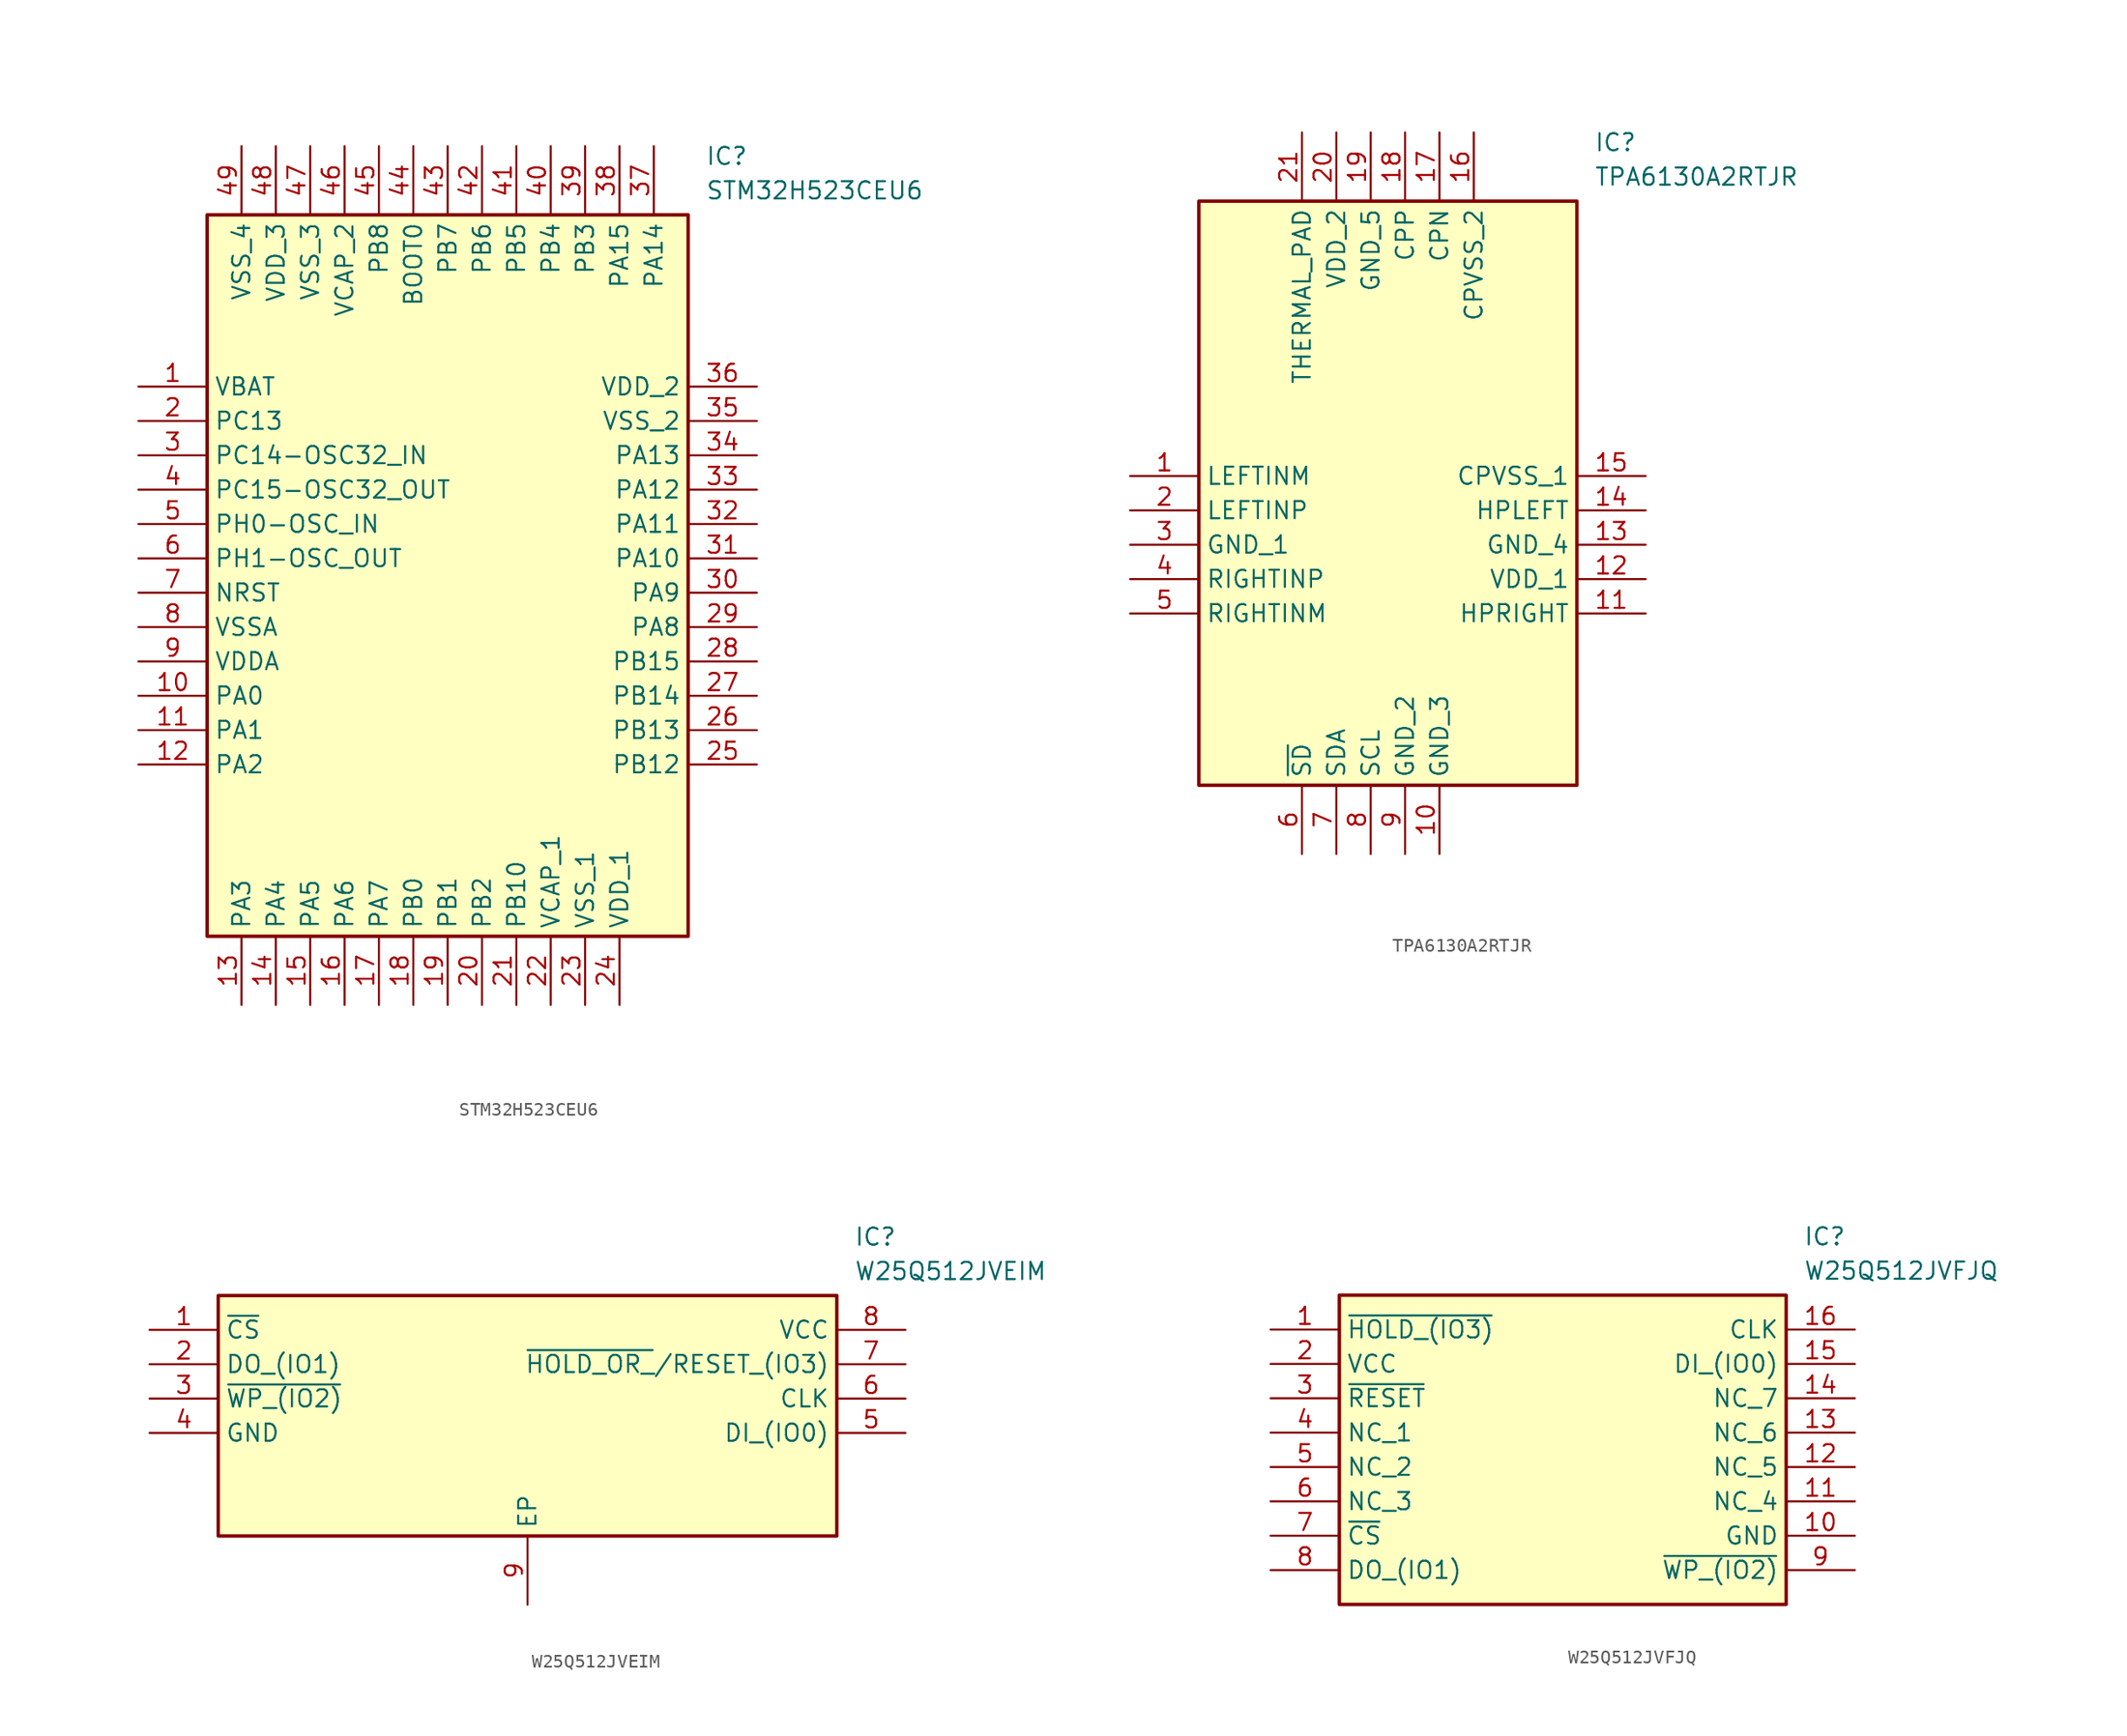
<source format=kicad_sym>
(kicad_symbol_lib
  (version 20220914)
  (generator SamacSys_ECAD_Model)
  (symbol "STM32H523CEU6"
    (property "Reference" "IC"
      (at 41.91 17.78 0)
      (effects (font (size 1.27 1.27)) (justify left top)))
    (property "Value" "STM32H523CEU6"
      (at 41.91 15.24 0)
      (effects (font (size 1.27 1.27)) (justify left top)))
    (rectangle
      (start 5.08 12.7)
      (end 40.64 -40.64)
      (stroke (width 0.254) (type default))
      (fill (type background)))
    (pin passive line
      (at 0 0 0)
      (length 5.08)
      (name "VBAT" (effects (font (size 1.27 1.27))))
      (number "1" (effects (font (size 1.27 1.27)))))
    (pin passive line
      (at 0 -2.54 0)
      (length 5.08)
      (name "PC13" (effects (font (size 1.27 1.27))))
      (number "2" (effects (font (size 1.27 1.27)))))
    (pin passive line
      (at 0 -5.08 0)
      (length 5.08)
      (name "PC14-OSC32_IN" (effects (font (size 1.27 1.27))))
      (number "3" (effects (font (size 1.27 1.27)))))
    (pin passive line
      (at 0 -7.62 0)
      (length 5.08)
      (name "PC15-OSC32_OUT" (effects (font (size 1.27 1.27))))
      (number "4" (effects (font (size 1.27 1.27)))))
    (pin passive line
      (at 0 -10.16 0)
      (length 5.08)
      (name "PH0-OSC_IN" (effects (font (size 1.27 1.27))))
      (number "5" (effects (font (size 1.27 1.27)))))
    (pin passive line
      (at 0 -12.7 0)
      (length 5.08)
      (name "PH1-OSC_OUT" (effects (font (size 1.27 1.27))))
      (number "6" (effects (font (size 1.27 1.27)))))
    (pin passive line
      (at 0 -15.24 0)
      (length 5.08)
      (name "NRST" (effects (font (size 1.27 1.27))))
      (number "7" (effects (font (size 1.27 1.27)))))
    (pin passive line
      (at 0 -17.78 0)
      (length 5.08)
      (name "VSSA" (effects (font (size 1.27 1.27))))
      (number "8" (effects (font (size 1.27 1.27)))))
    (pin passive line
      (at 0 -20.32 0)
      (length 5.08)
      (name "VDDA" (effects (font (size 1.27 1.27))))
      (number "9" (effects (font (size 1.27 1.27)))))
    (pin passive line
      (at 0 -22.86 0)
      (length 5.08)
      (name "PA0" (effects (font (size 1.27 1.27))))
      (number "10" (effects (font (size 1.27 1.27)))))
    (pin passive line
      (at 0 -25.4 0)
      (length 5.08)
      (name "PA1" (effects (font (size 1.27 1.27))))
      (number "11" (effects (font (size 1.27 1.27)))))
    (pin passive line
      (at 0 -27.94 0)
      (length 5.08)
      (name "PA2" (effects (font (size 1.27 1.27))))
      (number "12" (effects (font (size 1.27 1.27)))))
    (pin passive line
      (at 7.62 -45.72 90)
      (length 5.08)
      (name "PA3" (effects (font (size 1.27 1.27))))
      (number "13" (effects (font (size 1.27 1.27)))))
    (pin passive line
      (at 10.16 -45.72 90)
      (length 5.08)
      (name "PA4" (effects (font (size 1.27 1.27))))
      (number "14" (effects (font (size 1.27 1.27)))))
    (pin passive line
      (at 12.7 -45.72 90)
      (length 5.08)
      (name "PA5" (effects (font (size 1.27 1.27))))
      (number "15" (effects (font (size 1.27 1.27)))))
    (pin passive line
      (at 15.24 -45.72 90)
      (length 5.08)
      (name "PA6" (effects (font (size 1.27 1.27))))
      (number "16" (effects (font (size 1.27 1.27)))))
    (pin passive line
      (at 17.78 -45.72 90)
      (length 5.08)
      (name "PA7" (effects (font (size 1.27 1.27))))
      (number "17" (effects (font (size 1.27 1.27)))))
    (pin passive line
      (at 20.32 -45.72 90)
      (length 5.08)
      (name "PB0" (effects (font (size 1.27 1.27))))
      (number "18" (effects (font (size 1.27 1.27)))))
    (pin passive line
      (at 22.86 -45.72 90)
      (length 5.08)
      (name "PB1" (effects (font (size 1.27 1.27))))
      (number "19" (effects (font (size 1.27 1.27)))))
    (pin passive line
      (at 25.4 -45.72 90)
      (length 5.08)
      (name "PB2" (effects (font (size 1.27 1.27))))
      (number "20" (effects (font (size 1.27 1.27)))))
    (pin passive line
      (at 27.94 -45.72 90)
      (length 5.08)
      (name "PB10" (effects (font (size 1.27 1.27))))
      (number "21" (effects (font (size 1.27 1.27)))))
    (pin passive line
      (at 30.48 -45.72 90)
      (length 5.08)
      (name "VCAP_1" (effects (font (size 1.27 1.27))))
      (number "22" (effects (font (size 1.27 1.27)))))
    (pin passive line
      (at 33.02 -45.72 90)
      (length 5.08)
      (name "VSS_1" (effects (font (size 1.27 1.27))))
      (number "23" (effects (font (size 1.27 1.27)))))
    (pin passive line
      (at 35.56 -45.72 90)
      (length 5.08)
      (name "VDD_1" (effects (font (size 1.27 1.27))))
      (number "24" (effects (font (size 1.27 1.27)))))
    (pin passive line
      (at 45.72 0 180)
      (length 5.08)
      (name "VDD_2" (effects (font (size 1.27 1.27))))
      (number "36" (effects (font (size 1.27 1.27)))))
    (pin passive line
      (at 45.72 -2.54 180)
      (length 5.08)
      (name "VSS_2" (effects (font (size 1.27 1.27))))
      (number "35" (effects (font (size 1.27 1.27)))))
    (pin passive line
      (at 45.72 -5.08 180)
      (length 5.08)
      (name "PA13" (effects (font (size 1.27 1.27))))
      (number "34" (effects (font (size 1.27 1.27)))))
    (pin passive line
      (at 45.72 -7.62 180)
      (length 5.08)
      (name "PA12" (effects (font (size 1.27 1.27))))
      (number "33" (effects (font (size 1.27 1.27)))))
    (pin passive line
      (at 45.72 -10.16 180)
      (length 5.08)
      (name "PA11" (effects (font (size 1.27 1.27))))
      (number "32" (effects (font (size 1.27 1.27)))))
    (pin passive line
      (at 45.72 -12.7 180)
      (length 5.08)
      (name "PA10" (effects (font (size 1.27 1.27))))
      (number "31" (effects (font (size 1.27 1.27)))))
    (pin passive line
      (at 45.72 -15.24 180)
      (length 5.08)
      (name "PA9" (effects (font (size 1.27 1.27))))
      (number "30" (effects (font (size 1.27 1.27)))))
    (pin passive line
      (at 45.72 -17.78 180)
      (length 5.08)
      (name "PA8" (effects (font (size 1.27 1.27))))
      (number "29" (effects (font (size 1.27 1.27)))))
    (pin passive line
      (at 45.72 -20.32 180)
      (length 5.08)
      (name "PB15" (effects (font (size 1.27 1.27))))
      (number "28" (effects (font (size 1.27 1.27)))))
    (pin passive line
      (at 45.72 -22.86 180)
      (length 5.08)
      (name "PB14" (effects (font (size 1.27 1.27))))
      (number "27" (effects (font (size 1.27 1.27)))))
    (pin passive line
      (at 45.72 -25.4 180)
      (length 5.08)
      (name "PB13" (effects (font (size 1.27 1.27))))
      (number "26" (effects (font (size 1.27 1.27)))))
    (pin passive line
      (at 45.72 -27.94 180)
      (length 5.08)
      (name "PB12" (effects (font (size 1.27 1.27))))
      (number "25" (effects (font (size 1.27 1.27)))))
    (pin passive line
      (at 7.62 17.78 270)
      (length 5.08)
      (name "VSS_4" (effects (font (size 1.27 1.27))))
      (number "49" (effects (font (size 1.27 1.27)))))
    (pin passive line
      (at 10.16 17.78 270)
      (length 5.08)
      (name "VDD_3" (effects (font (size 1.27 1.27))))
      (number "48" (effects (font (size 1.27 1.27)))))
    (pin passive line
      (at 12.7 17.78 270)
      (length 5.08)
      (name "VSS_3" (effects (font (size 1.27 1.27))))
      (number "47" (effects (font (size 1.27 1.27)))))
    (pin passive line
      (at 15.24 17.78 270)
      (length 5.08)
      (name "VCAP_2" (effects (font (size 1.27 1.27))))
      (number "46" (effects (font (size 1.27 1.27)))))
    (pin passive line
      (at 17.78 17.78 270)
      (length 5.08)
      (name "PB8" (effects (font (size 1.27 1.27))))
      (number "45" (effects (font (size 1.27 1.27)))))
    (pin passive line
      (at 20.32 17.78 270)
      (length 5.08)
      (name "BOOT0" (effects (font (size 1.27 1.27))))
      (number "44" (effects (font (size 1.27 1.27)))))
    (pin passive line
      (at 22.86 17.78 270)
      (length 5.08)
      (name "PB7" (effects (font (size 1.27 1.27))))
      (number "43" (effects (font (size 1.27 1.27)))))
    (pin passive line
      (at 25.4 17.78 270)
      (length 5.08)
      (name "PB6" (effects (font (size 1.27 1.27))))
      (number "42" (effects (font (size 1.27 1.27)))))
    (pin passive line
      (at 27.94 17.78 270)
      (length 5.08)
      (name "PB5" (effects (font (size 1.27 1.27))))
      (number "41" (effects (font (size 1.27 1.27)))))
    (pin passive line
      (at 30.48 17.78 270)
      (length 5.08)
      (name "PB4" (effects (font (size 1.27 1.27))))
      (number "40" (effects (font (size 1.27 1.27)))))
    (pin passive line
      (at 33.02 17.78 270)
      (length 5.08)
      (name "PB3" (effects (font (size 1.27 1.27))))
      (number "39" (effects (font (size 1.27 1.27)))))
    (pin passive line
      (at 35.56 17.78 270)
      (length 5.08)
      (name "PA15" (effects (font (size 1.27 1.27))))
      (number "38" (effects (font (size 1.27 1.27)))))
    (pin passive line
      (at 38.1 17.78 270)
      (length 5.08)
      (name "PA14" (effects (font (size 1.27 1.27))))
      (number "37" (effects (font (size 1.27 1.27))))))
  (symbol "TPA6130A2RTJR"
    (property "Reference" "IC"
      (at 34.29 25.4 0)
      (effects (font (size 1.27 1.27)) (justify left top)))
    (property "Value" "TPA6130A2RTJR"
      (at 34.29 22.86 0)
      (effects (font (size 1.27 1.27)) (justify left top)))
    (rectangle
      (start 5.08 20.32)
      (end 33.02 -22.86)
      (stroke (width 0.254) (type default))
      (fill (type background)))
    (pin input line
      (at 0 0 0)
      (length 5.08)
      (name "LEFTINM" (effects (font (size 1.27 1.27))))
      (number "1" (effects (font (size 1.27 1.27)))))
    (pin input line
      (at 0 -2.54 0)
      (length 5.08)
      (name "LEFTINP" (effects (font (size 1.27 1.27))))
      (number "2" (effects (font (size 1.27 1.27)))))
    (pin power_in line
      (at 0 -5.08 0)
      (length 5.08)
      (name "GND_1" (effects (font (size 1.27 1.27))))
      (number "3" (effects (font (size 1.27 1.27)))))
    (pin input line
      (at 0 -7.62 0)
      (length 5.08)
      (name "RIGHTINP" (effects (font (size 1.27 1.27))))
      (number "4" (effects (font (size 1.27 1.27)))))
    (pin input line
      (at 0 -10.16 0)
      (length 5.08)
      (name "RIGHTINM" (effects (font (size 1.27 1.27))))
      (number "5" (effects (font (size 1.27 1.27)))))
    (pin input line
      (at 12.7 -27.94 90)
      (length 5.08)
      (name "~{SD}" (effects (font (size 1.27 1.27))))
      (number "6" (effects (font (size 1.27 1.27)))))
    (pin bidirectional line
      (at 15.24 -27.94 90)
      (length 5.08)
      (name "SDA" (effects (font (size 1.27 1.27))))
      (number "7" (effects (font (size 1.27 1.27)))))
    (pin input line
      (at 17.78 -27.94 90)
      (length 5.08)
      (name "SCL" (effects (font (size 1.27 1.27))))
      (number "8" (effects (font (size 1.27 1.27)))))
    (pin power_in line
      (at 20.32 -27.94 90)
      (length 5.08)
      (name "GND_2" (effects (font (size 1.27 1.27))))
      (number "9" (effects (font (size 1.27 1.27)))))
    (pin power_in line
      (at 22.86 -27.94 90)
      (length 5.08)
      (name "GND_3" (effects (font (size 1.27 1.27))))
      (number "10" (effects (font (size 1.27 1.27)))))
    (pin power_in line
      (at 38.1 0 180)
      (length 5.08)
      (name "CPVSS_1" (effects (font (size 1.27 1.27))))
      (number "15" (effects (font (size 1.27 1.27)))))
    (pin output line
      (at 38.1 -2.54 180)
      (length 5.08)
      (name "HPLEFT" (effects (font (size 1.27 1.27))))
      (number "14" (effects (font (size 1.27 1.27)))))
    (pin power_in line
      (at 38.1 -5.08 180)
      (length 5.08)
      (name "GND_4" (effects (font (size 1.27 1.27))))
      (number "13" (effects (font (size 1.27 1.27)))))
    (pin power_in line
      (at 38.1 -7.62 180)
      (length 5.08)
      (name "VDD_1" (effects (font (size 1.27 1.27))))
      (number "12" (effects (font (size 1.27 1.27)))))
    (pin output line
      (at 38.1 -10.16 180)
      (length 5.08)
      (name "HPRIGHT" (effects (font (size 1.27 1.27))))
      (number "11" (effects (font (size 1.27 1.27)))))
    (pin power_in line
      (at 12.7 25.4 270)
      (length 5.08)
      (name "THERMAL_PAD" (effects (font (size 1.27 1.27))))
      (number "21" (effects (font (size 1.27 1.27)))))
    (pin power_in line
      (at 15.24 25.4 270)
      (length 5.08)
      (name "VDD_2" (effects (font (size 1.27 1.27))))
      (number "20" (effects (font (size 1.27 1.27)))))
    (pin power_in line
      (at 17.78 25.4 270)
      (length 5.08)
      (name "GND_5" (effects (font (size 1.27 1.27))))
      (number "19" (effects (font (size 1.27 1.27)))))
    (pin power_in line
      (at 20.32 25.4 270)
      (length 5.08)
      (name "CPP" (effects (font (size 1.27 1.27))))
      (number "18" (effects (font (size 1.27 1.27)))))
    (pin power_in line
      (at 22.86 25.4 270)
      (length 5.08)
      (name "CPN" (effects (font (size 1.27 1.27))))
      (number "17" (effects (font (size 1.27 1.27)))))
    (pin power_in line
      (at 25.4 25.4 270)
      (length 5.08)
      (name "CPVSS_2" (effects (font (size 1.27 1.27))))
      (number "16" (effects (font (size 1.27 1.27))))))
  (symbol "W25Q512JVEIM"
    (property "Reference" "IC"
      (at 52.07 7.62 0)
      (effects (font (size 1.27 1.27)) (justify left top)))
    (property "Value" "W25Q512JVEIM"
      (at 52.07 5.08 0)
      (effects (font (size 1.27 1.27)) (justify left top)))
    (rectangle
      (start 5.08 2.54)
      (end 50.8 -15.24)
      (stroke (width 0.254) (type default))
      (fill (type background)))
    (pin passive line
      (at 0 0 0)
      (length 5.08)
      (name "~{CS}" (effects (font (size 1.27 1.27))))
      (number "1" (effects (font (size 1.27 1.27)))))
    (pin passive line
      (at 0 -2.54 0)
      (length 5.08)
      (name "DO_(IO1)" (effects (font (size 1.27 1.27))))
      (number "2" (effects (font (size 1.27 1.27)))))
    (pin passive line
      (at 0 -5.08 0)
      (length 5.08)
      (name "~{WP_(IO2)}" (effects (font (size 1.27 1.27))))
      (number "3" (effects (font (size 1.27 1.27)))))
    (pin passive line
      (at 0 -7.62 0)
      (length 5.08)
      (name "GND" (effects (font (size 1.27 1.27))))
      (number "4" (effects (font (size 1.27 1.27)))))
    (pin passive line
      (at 27.94 -20.32 90)
      (length 5.08)
      (name "EP" (effects (font (size 1.27 1.27))))
      (number "9" (effects (font (size 1.27 1.27)))))
    (pin passive line
      (at 55.88 0 180)
      (length 5.08)
      (name "VCC" (effects (font (size 1.27 1.27))))
      (number "8" (effects (font (size 1.27 1.27)))))
    (pin passive line
      (at 55.88 -2.54 180)
      (length 5.08)
      (name "~{HOLD_OR_}/RESET_(IO3)" (effects (font (size 1.27 1.27))))
      (number "7" (effects (font (size 1.27 1.27)))))
    (pin passive line
      (at 55.88 -5.08 180)
      (length 5.08)
      (name "CLK" (effects (font (size 1.27 1.27))))
      (number "6" (effects (font (size 1.27 1.27)))))
    (pin passive line
      (at 55.88 -7.62 180)
      (length 5.08)
      (name "DI_(IO0)" (effects (font (size 1.27 1.27))))
      (number "5" (effects (font (size 1.27 1.27))))))
  (symbol "W25Q512JVFJQ"
    (property "Reference" "IC"
      (at 39.37 7.62 0)
      (effects (font (size 1.27 1.27)) (justify left top)))
    (property "Value" "W25Q512JVFJQ"
      (at 39.37 5.08 0)
      (effects (font (size 1.27 1.27)) (justify left top)))
    (rectangle
      (start 5.08 2.54)
      (end 38.1 -20.32)
      (stroke (width 0.254) (type default))
      (fill (type background)))
    (pin passive line
      (at 0 0 0)
      (length 5.08)
      (name "~{HOLD_(IO3)}" (effects (font (size 1.27 1.27))))
      (number "1" (effects (font (size 1.27 1.27)))))
    (pin passive line
      (at 0 -2.54 0)
      (length 5.08)
      (name "VCC" (effects (font (size 1.27 1.27))))
      (number "2" (effects (font (size 1.27 1.27)))))
    (pin passive line
      (at 0 -5.08 0)
      (length 5.08)
      (name "~{RESET}" (effects (font (size 1.27 1.27))))
      (number "3" (effects (font (size 1.27 1.27)))))
    (pin passive line
      (at 0 -7.62 0)
      (length 5.08)
      (name "NC_1" (effects (font (size 1.27 1.27))))
      (number "4" (effects (font (size 1.27 1.27)))))
    (pin passive line
      (at 0 -10.16 0)
      (length 5.08)
      (name "NC_2" (effects (font (size 1.27 1.27))))
      (number "5" (effects (font (size 1.27 1.27)))))
    (pin passive line
      (at 0 -12.7 0)
      (length 5.08)
      (name "NC_3" (effects (font (size 1.27 1.27))))
      (number "6" (effects (font (size 1.27 1.27)))))
    (pin passive line
      (at 0 -15.24 0)
      (length 5.08)
      (name "~{CS}" (effects (font (size 1.27 1.27))))
      (number "7" (effects (font (size 1.27 1.27)))))
    (pin passive line
      (at 0 -17.78 0)
      (length 5.08)
      (name "DO_(IO1)" (effects (font (size 1.27 1.27))))
      (number "8" (effects (font (size 1.27 1.27)))))
    (pin passive line
      (at 43.18 0 180)
      (length 5.08)
      (name "CLK" (effects (font (size 1.27 1.27))))
      (number "16" (effects (font (size 1.27 1.27)))))
    (pin passive line
      (at 43.18 -2.54 180)
      (length 5.08)
      (name "DI_(IO0)" (effects (font (size 1.27 1.27))))
      (number "15" (effects (font (size 1.27 1.27)))))
    (pin passive line
      (at 43.18 -5.08 180)
      (length 5.08)
      (name "NC_7" (effects (font (size 1.27 1.27))))
      (number "14" (effects (font (size 1.27 1.27)))))
    (pin passive line
      (at 43.18 -7.62 180)
      (length 5.08)
      (name "NC_6" (effects (font (size 1.27 1.27))))
      (number "13" (effects (font (size 1.27 1.27)))))
    (pin passive line
      (at 43.18 -10.16 180)
      (length 5.08)
      (name "NC_5" (effects (font (size 1.27 1.27))))
      (number "12" (effects (font (size 1.27 1.27)))))
    (pin passive line
      (at 43.18 -12.7 180)
      (length 5.08)
      (name "NC_4" (effects (font (size 1.27 1.27))))
      (number "11" (effects (font (size 1.27 1.27)))))
    (pin passive line
      (at 43.18 -15.24 180)
      (length 5.08)
      (name "GND" (effects (font (size 1.27 1.27))))
      (number "10" (effects (font (size 1.27 1.27)))))
    (pin passive line
      (at 43.18 -17.78 180)
      (length 5.08)
      (name "~{WP_(IO2)}" (effects (font (size 1.27 1.27))))
      (number "9" (effects (font (size 1.27 1.27)))))))
</source>
